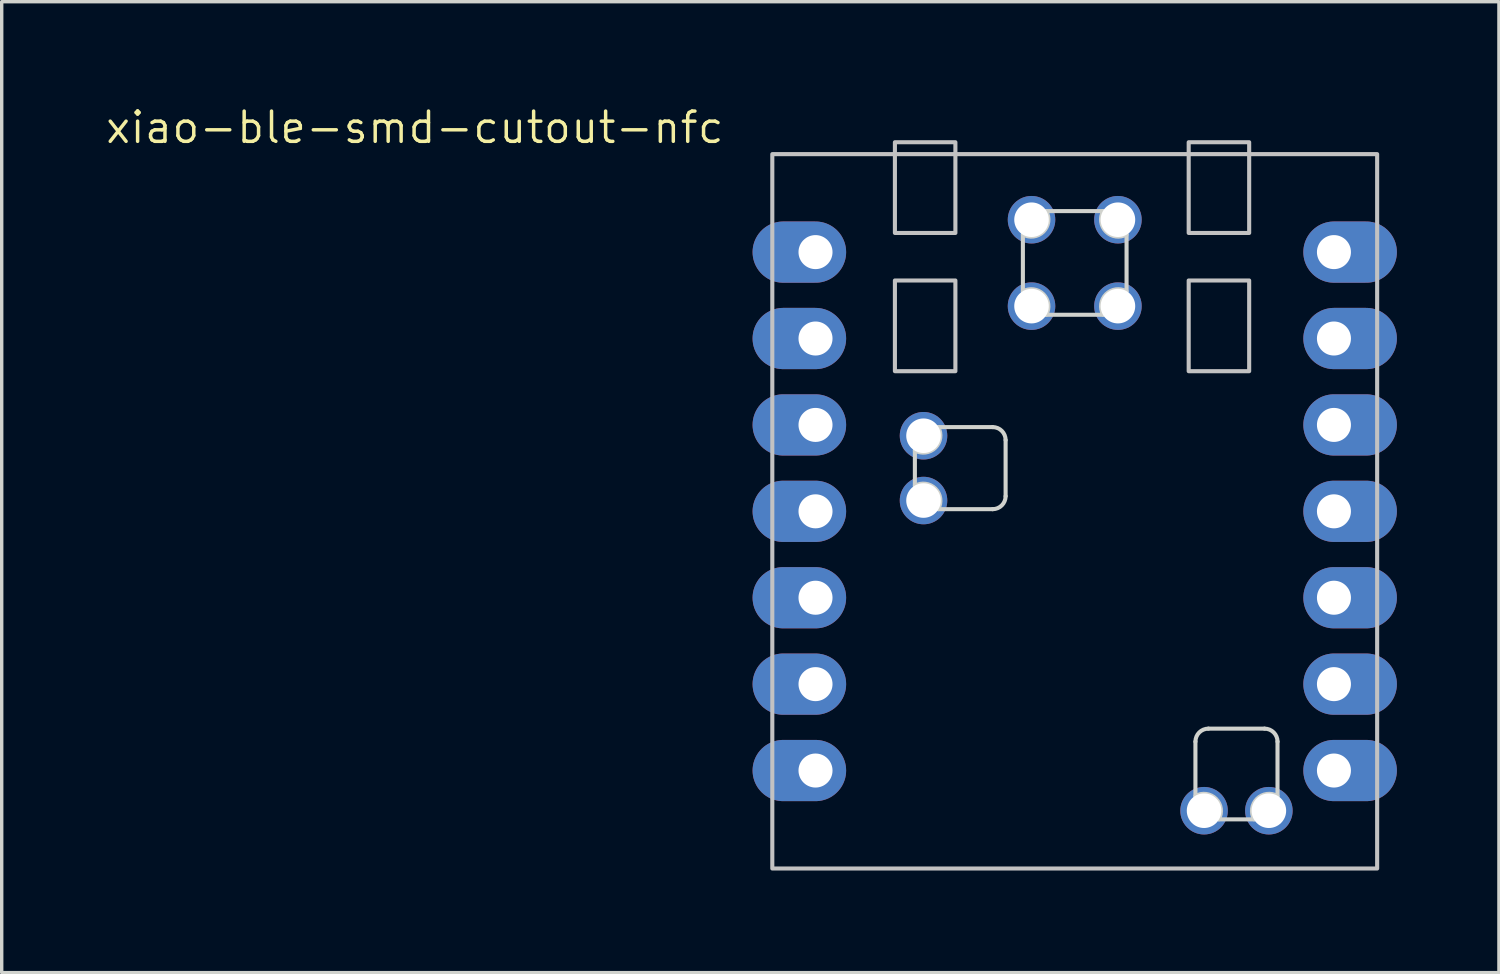
<source format=kicad_pcb>
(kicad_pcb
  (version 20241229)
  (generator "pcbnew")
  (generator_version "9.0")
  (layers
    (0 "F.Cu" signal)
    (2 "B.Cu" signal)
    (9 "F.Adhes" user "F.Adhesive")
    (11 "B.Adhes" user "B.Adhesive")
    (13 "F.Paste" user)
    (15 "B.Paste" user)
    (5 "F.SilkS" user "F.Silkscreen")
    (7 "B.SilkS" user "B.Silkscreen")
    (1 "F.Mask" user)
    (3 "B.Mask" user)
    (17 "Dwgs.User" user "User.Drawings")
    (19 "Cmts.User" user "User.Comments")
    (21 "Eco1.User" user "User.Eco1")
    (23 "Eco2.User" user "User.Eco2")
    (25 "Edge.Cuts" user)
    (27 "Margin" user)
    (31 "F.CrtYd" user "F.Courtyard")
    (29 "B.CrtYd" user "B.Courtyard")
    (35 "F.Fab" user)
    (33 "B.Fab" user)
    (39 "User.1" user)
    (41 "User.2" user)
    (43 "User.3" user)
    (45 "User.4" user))
  (footprint "xiao-ble-smd-cutout-nfc"
    (layer "F.Cu")
    (at 28.543 11.981)
    (property "Reference" "xiao-ble-smd-cutout-nfc" (at -19.399 -11.283 0) (layer "F.SilkS") (effects (font (size 0.889 0.889) (thickness 0.102))))
    (attr smd exclude_from_pos_files)
    (fp_rect (start -8.89 10.5) (end 8.89 -10.5) (stroke (width 0.12) (type solid)) (fill no) (layer "Dwgs.User"))
    (fp_rect (start -5.286 -6.786) (end -3.508 -4.119) (stroke (width 0.12) (type solid)) (fill no) (layer "Dwgs.User"))
    (fp_rect (start -3.508 -8.183) (end -5.286 -10.85) (stroke (width 0.12) (type solid)) (fill no) (layer "Dwgs.User"))
    (fp_rect (start 3.35 -10.85) (end 5.128 -8.183) (stroke (width 0.12) (type solid)) (fill no) (layer "Dwgs.User"))
    (fp_rect (start 3.35 -6.786) (end 5.128 -4.119) (stroke (width 0.12) (type solid)) (fill no) (layer "Dwgs.User"))
    (fp_line (start -4.699 -0.749) (end -4.699 -1.79) (stroke (width 0.12) (type solid)) (layer "Edge.Cuts"))
    (fp_line (start -4.013 -2.476) (end -2.413 -2.476) (stroke (width 0.12) (type solid)) (layer "Edge.Cuts"))
    (fp_line (start -2.413 -0.063) (end -4.013 -0.063) (stroke (width 0.12) (type solid)) (layer "Edge.Cuts"))
    (fp_line (start -2.032 -2.095) (end -2.032 -0.444) (stroke (width 0.12) (type solid)) (layer "Edge.Cuts"))
    (fp_line (start -1.524 -6.464) (end -1.524 -8.14) (stroke (width 0.12) (type solid)) (layer "Edge.Cuts"))
    (fp_line (start -0.838 -8.826) (end 0.838 -8.826) (stroke (width 0.12) (type solid)) (layer "Edge.Cuts"))
    (fp_line (start -0.838 -5.778) (end 0.838 -5.778) (stroke (width 0.12) (type solid)) (layer "Edge.Cuts"))
    (fp_line (start 1.524 -6.464) (end 1.524 -8.14) (stroke (width 0.12) (type solid)) (layer "Edge.Cuts"))
    (fp_line (start 3.548 8.37) (end 3.548 6.769) (stroke (width 0.12) (type solid)) (layer "Edge.Cuts"))
    (fp_line (start 3.929 6.388) (end 5.58 6.388) (stroke (width 0.12) (type solid)) (layer "Edge.Cuts"))
    (fp_line (start 5.276 9.055) (end 4.234 9.055) (stroke (width 0.12) (type solid)) (layer "Edge.Cuts"))
    (fp_line (start 5.961 6.769) (end 5.961 8.37) (stroke (width 0.12) (type solid)) (layer "Edge.Cuts"))
    (fp_arc (start -4.699 -0.7488) (mid -4.095391 -0.666609) (end -4.0132 -0.063) (stroke (width 0.12) (type solid)) (layer "Edge.Cuts"))
    (fp_arc (start -4.0132 -2.476) (mid -4.095391 -1.872391) (end -4.699 -1.7902) (stroke (width 0.12) (type solid)) (layer "Edge.Cuts"))
    (fp_arc (start -2.413 -2.476) (mid -2.143592 -2.364408) (end -2.032 -2.095) (stroke (width 0.12) (type solid)) (layer "Edge.Cuts"))
    (fp_arc (start -2.032 -0.444) (mid -2.143592 -0.174592) (end -2.413 -0.063) (stroke (width 0.12) (type solid)) (layer "Edge.Cuts"))
    (fp_arc (start -1.524 -6.4638) (mid -0.920391 -6.381609) (end -0.8382 -5.778) (stroke (width 0.12) (type solid)) (layer "Edge.Cuts"))
    (fp_arc (start -0.8382 -8.826) (mid -0.920391 -8.222391) (end -1.524 -8.1402) (stroke (width 0.12) (type solid)) (layer "Edge.Cuts"))
    (fp_arc (start 0.8382 -5.778) (mid 0.920391 -6.381609) (end 1.524 -6.4638) (stroke (width 0.12) (type solid)) (layer "Edge.Cuts"))
    (fp_arc (start 1.524 -8.1402) (mid 0.920393 -8.222393) (end 0.8382 -8.826) (stroke (width 0.12) (type solid)) (layer "Edge.Cuts"))
    (fp_arc (start 3.548408 6.769408) (mid 3.659998 6.499998) (end 3.929408 6.388408) (stroke (width 0.12) (type solid)) (layer "Edge.Cuts"))
    (fp_arc (start 3.548408 8.369608) (mid 4.152018 8.451801) (end 4.234208 9.055408) (stroke (width 0.12) (type solid)) (layer "Edge.Cuts"))
    (fp_arc (start 5.275608 9.055408) (mid 5.357796 8.451796) (end 5.961408 8.369608) (stroke (width 0.12) (type solid)) (layer "Edge.Cuts"))
    (fp_arc (start 5.580408 6.388408) (mid 5.849808 6.500004) (end 5.961408 6.769408) (stroke (width 0.12) (type solid)) (layer "Edge.Cuts"))
    (pad "1" thru_hole oval (at -7.62 -7.62) (size 2.75 1.8) (drill 1 (offset -0.475 0)) (layers "*.Cu" "*.Mask"))
    (pad "2" thru_hole oval (at -7.62 -5.08) (size 2.75 1.8) (drill 1 (offset -0.475 0)) (layers "*.Cu" "*.Mask"))
    (pad "3" thru_hole oval (at -7.62 -2.54) (size 2.75 1.8) (drill 1 (offset -0.475 0)) (layers "*.Cu" "*.Mask"))
    (pad "4" thru_hole oval (at -7.62 0) (size 2.75 1.8) (drill 1 (offset -0.475 0)) (layers "*.Cu" "*.Mask"))
    (pad "5" thru_hole oval (at -7.62 2.54) (size 2.75 1.8) (drill 1 (offset -0.475 0)) (layers "*.Cu" "*.Mask"))
    (pad "6" thru_hole oval (at -7.62 5.08) (size 2.75 1.8) (drill 1 (offset -0.475 0)) (layers "*.Cu" "*.Mask"))
    (pad "7" thru_hole oval (at -7.62 7.62) (size 2.75 1.8) (drill 1 (offset -0.475 0)) (layers "*.Cu" "*.Mask"))
    (pad "8" thru_hole oval (at 7.62 7.62 180) (size 2.75 1.8) (drill 1 (offset -0.475 0)) (layers "*.Cu" "*.Mask"))
    (pad "9" thru_hole oval (at 7.62 5.08 180) (size 2.75 1.8) (drill 1 (offset -0.475 0)) (layers "*.Cu" "*.Mask"))
    (pad "10" thru_hole oval (at 7.62 2.54 180) (size 2.75 1.8) (drill 1 (offset -0.475 0)) (layers "*.Cu" "*.Mask"))
    (pad "11" thru_hole oval (at 7.62 0 180) (size 2.75 1.8) (drill 1 (offset -0.475 0)) (layers "*.Cu" "*.Mask"))
    (pad "12" thru_hole oval (at 7.62 -2.54 180) (size 2.75 1.8) (drill 1 (offset -0.475 0)) (layers "*.Cu" "*.Mask"))
    (pad "13" thru_hole oval (at 7.62 -5.08 180) (size 2.75 1.8) (drill 1 (offset -0.475 0)) (layers "*.Cu" "*.Mask"))
    (pad "14" thru_hole oval (at 7.62 -7.62 180) (size 2.75 1.8) (drill 1 (offset -0.475 0)) (layers "*.Cu" "*.Mask"))
    (pad "15" thru_hole circle (at -1.27 -8.572 90) (size 1.397 1.397) (drill 1.016) (layers "*.Cu" "*.Mask"))
    (pad "16" thru_hole circle (at 1.27 -8.572 90) (size 1.397 1.397) (drill 1.016) (layers "*.Cu" "*.Mask"))
    (pad "17" thru_hole circle (at -1.27 -6.032 90) (size 1.397 1.397) (drill 1.016) (layers "*.Cu" "*.Mask"))
    (pad "18" thru_hole circle (at 1.27 -6.032 90) (size 1.397 1.397) (drill 1.016) (layers "*.Cu" "*.Mask"))
    (pad "19" thru_hole circle (at -4.445 -0.317 180) (size 1.397 1.397) (drill 1.016) (layers "*.Cu" "*.Mask"))
    (pad "20" thru_hole circle (at -4.445 -2.222 180) (size 1.397 1.397) (drill 1.016) (layers "*.Cu" "*.Mask"))
    (pad "21" thru_hole circle (at 3.802 8.801 270) (size 1.397 1.397) (drill 1.016) (layers "*.Cu" "*.Mask"))
    (pad "22" thru_hole circle (at 5.707 8.801 270) (size 1.397 1.397) (drill 1.016) (layers "*.Cu" "*.Mask")))
  (gr_rect
    (start -3 -3)
    (end 41.013 25.541)
    (stroke (width 0.1) (type default))
    (fill no)
    (layer "Edge.Cuts")))
</source>
